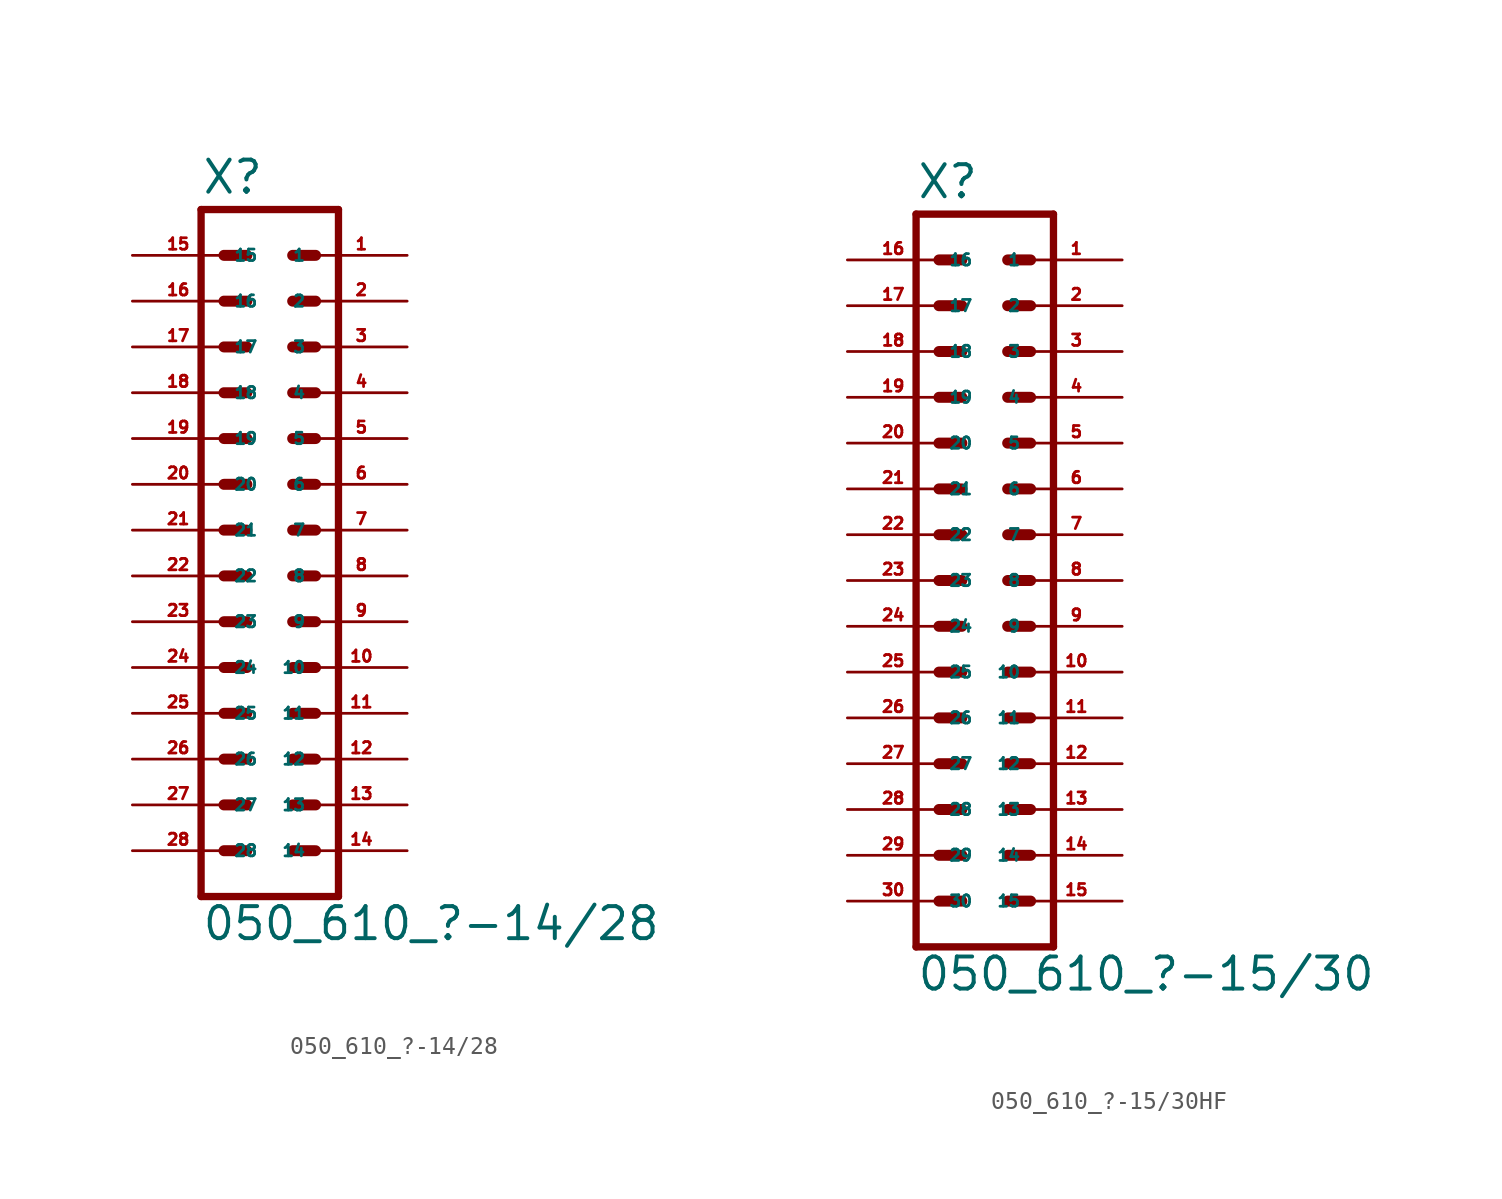
<source format=kicad_sym>
(kicad_symbol_lib
  (version 20220914)
  (generator Eagle2Kicad)
  (symbol "050_610_?-14/28"
    (property "Reference" "X"
      (at -3.81 18.542 0)
      (effects (font (size 1.778 1.778) (thickness 0.22)) (justify left bottom)))
    (property "Value" "050_610_?-14/28"
      (at -3.81 -22.86 0)
      (effects (font (size 1.778 1.778) (thickness 0.22)) (justify left bottom)))
    (polyline
      (pts (xy 3.81 -20.32) (xy -3.81 -20.32))
      (stroke (width 0.406) (type default))
      (fill (type none)))
    (polyline
      (pts (xy -3.81 17.78) (xy -3.81 -20.32))
      (stroke (width 0.406) (type default))
      (fill (type none)))
    (polyline
      (pts (xy 3.81 -20.32) (xy 3.81 17.78))
      (stroke (width 0.406) (type default))
      (fill (type none)))
    (polyline
      (pts (xy -3.81 17.78) (xy 3.81 17.78))
      (stroke (width 0.406) (type default))
      (fill (type none)))
    (polyline
      (pts (xy 1.27 15.24) (xy 2.54 15.24))
      (stroke (width 0.61) (type default))
      (fill (type none)))
    (polyline
      (pts (xy 1.27 12.7) (xy 2.54 12.7))
      (stroke (width 0.61) (type default))
      (fill (type none)))
    (polyline
      (pts (xy 1.27 10.16) (xy 2.54 10.16))
      (stroke (width 0.61) (type default))
      (fill (type none)))
    (polyline
      (pts (xy 1.27 7.62) (xy 2.54 7.62))
      (stroke (width 0.61) (type default))
      (fill (type none)))
    (polyline
      (pts (xy 1.27 5.08) (xy 2.54 5.08))
      (stroke (width 0.61) (type default))
      (fill (type none)))
    (polyline
      (pts (xy 1.27 2.54) (xy 2.54 2.54))
      (stroke (width 0.61) (type default))
      (fill (type none)))
    (polyline
      (pts (xy 1.27 0) (xy 2.54 0))
      (stroke (width 0.61) (type default))
      (fill (type none)))
    (polyline
      (pts (xy 1.27 -2.54) (xy 2.54 -2.54))
      (stroke (width 0.61) (type default))
      (fill (type none)))
    (polyline
      (pts (xy 1.27 -5.08) (xy 2.54 -5.08))
      (stroke (width 0.61) (type default))
      (fill (type none)))
    (polyline
      (pts (xy 1.27 -7.62) (xy 2.54 -7.62))
      (stroke (width 0.61) (type default))
      (fill (type none)))
    (polyline
      (pts (xy 1.27 -10.16) (xy 2.54 -10.16))
      (stroke (width 0.61) (type default))
      (fill (type none)))
    (polyline
      (pts (xy 1.27 -12.7) (xy 2.54 -12.7))
      (stroke (width 0.61) (type default))
      (fill (type none)))
    (polyline
      (pts (xy 1.27 -15.24) (xy 2.54 -15.24))
      (stroke (width 0.61) (type default))
      (fill (type none)))
    (polyline
      (pts (xy 1.27 -17.78) (xy 2.54 -17.78))
      (stroke (width 0.61) (type default))
      (fill (type none)))
    (polyline
      (pts (xy -1.27 15.24) (xy -2.54 15.24))
      (stroke (width 0.61) (type default))
      (fill (type none)))
    (polyline
      (pts (xy -1.27 12.7) (xy -2.54 12.7))
      (stroke (width 0.61) (type default))
      (fill (type none)))
    (polyline
      (pts (xy -1.27 10.16) (xy -2.54 10.16))
      (stroke (width 0.61) (type default))
      (fill (type none)))
    (polyline
      (pts (xy -1.27 7.62) (xy -2.54 7.62))
      (stroke (width 0.61) (type default))
      (fill (type none)))
    (polyline
      (pts (xy -1.27 5.08) (xy -2.54 5.08))
      (stroke (width 0.61) (type default))
      (fill (type none)))
    (polyline
      (pts (xy -1.27 2.54) (xy -2.54 2.54))
      (stroke (width 0.61) (type default))
      (fill (type none)))
    (polyline
      (pts (xy -1.27 0) (xy -2.54 0))
      (stroke (width 0.61) (type default))
      (fill (type none)))
    (polyline
      (pts (xy -1.27 -2.54) (xy -2.54 -2.54))
      (stroke (width 0.61) (type default))
      (fill (type none)))
    (polyline
      (pts (xy -1.27 -5.08) (xy -2.54 -5.08))
      (stroke (width 0.61) (type default))
      (fill (type none)))
    (polyline
      (pts (xy -1.27 -7.62) (xy -2.54 -7.62))
      (stroke (width 0.61) (type default))
      (fill (type none)))
    (polyline
      (pts (xy -1.27 -10.16) (xy -2.54 -10.16))
      (stroke (width 0.61) (type default))
      (fill (type none)))
    (polyline
      (pts (xy -1.27 -12.7) (xy -2.54 -12.7))
      (stroke (width 0.61) (type default))
      (fill (type none)))
    (polyline
      (pts (xy -1.27 -15.24) (xy -2.54 -15.24))
      (stroke (width 0.61) (type default))
      (fill (type none)))
    (polyline
      (pts (xy -1.27 -17.78) (xy -2.54 -17.78))
      (stroke (width 0.61) (type default))
      (fill (type none)))
    (pin passive line
      (at 7.62 15.24 180)
      (length 5.08)
      (name "1" (effects (font (size 0.635 0.635) (thickness 0.08)) (justify left bottom)))
      (number "1" (effects (font (size 0.635 0.635) (thickness 0.08)) (justify left bottom))))
    (pin passive line
      (at 7.62 12.7 180)
      (length 5.08)
      (name "2" (effects (font (size 0.635 0.635) (thickness 0.08)) (justify left bottom)))
      (number "2" (effects (font (size 0.635 0.635) (thickness 0.08)) (justify left bottom))))
    (pin passive line
      (at 7.62 10.16 180)
      (length 5.08)
      (name "3" (effects (font (size 0.635 0.635) (thickness 0.08)) (justify left bottom)))
      (number "3" (effects (font (size 0.635 0.635) (thickness 0.08)) (justify left bottom))))
    (pin passive line
      (at 7.62 7.62 180)
      (length 5.08)
      (name "4" (effects (font (size 0.635 0.635) (thickness 0.08)) (justify left bottom)))
      (number "4" (effects (font (size 0.635 0.635) (thickness 0.08)) (justify left bottom))))
    (pin passive line
      (at 7.62 5.08 180)
      (length 5.08)
      (name "5" (effects (font (size 0.635 0.635) (thickness 0.08)) (justify left bottom)))
      (number "5" (effects (font (size 0.635 0.635) (thickness 0.08)) (justify left bottom))))
    (pin passive line
      (at 7.62 2.54 180)
      (length 5.08)
      (name "6" (effects (font (size 0.635 0.635) (thickness 0.08)) (justify left bottom)))
      (number "6" (effects (font (size 0.635 0.635) (thickness 0.08)) (justify left bottom))))
    (pin passive line
      (at 7.62 0 180)
      (length 5.08)
      (name "7" (effects (font (size 0.635 0.635) (thickness 0.08)) (justify left bottom)))
      (number "7" (effects (font (size 0.635 0.635) (thickness 0.08)) (justify left bottom))))
    (pin passive line
      (at 7.62 -2.54 180)
      (length 5.08)
      (name "8" (effects (font (size 0.635 0.635) (thickness 0.08)) (justify left bottom)))
      (number "8" (effects (font (size 0.635 0.635) (thickness 0.08)) (justify left bottom))))
    (pin passive line
      (at 7.62 -5.08 180)
      (length 5.08)
      (name "9" (effects (font (size 0.635 0.635) (thickness 0.08)) (justify left bottom)))
      (number "9" (effects (font (size 0.635 0.635) (thickness 0.08)) (justify left bottom))))
    (pin passive line
      (at 7.62 -7.62 180)
      (length 5.08)
      (name "10" (effects (font (size 0.635 0.635) (thickness 0.08)) (justify left bottom)))
      (number "10" (effects (font (size 0.635 0.635) (thickness 0.08)) (justify left bottom))))
    (pin passive line
      (at 7.62 -10.16 180)
      (length 5.08)
      (name "11" (effects (font (size 0.635 0.635) (thickness 0.08)) (justify left bottom)))
      (number "11" (effects (font (size 0.635 0.635) (thickness 0.08)) (justify left bottom))))
    (pin passive line
      (at 7.62 -12.7 180)
      (length 5.08)
      (name "12" (effects (font (size 0.635 0.635) (thickness 0.08)) (justify left bottom)))
      (number "12" (effects (font (size 0.635 0.635) (thickness 0.08)) (justify left bottom))))
    (pin passive line
      (at 7.62 -15.24 180)
      (length 5.08)
      (name "13" (effects (font (size 0.635 0.635) (thickness 0.08)) (justify left bottom)))
      (number "13" (effects (font (size 0.635 0.635) (thickness 0.08)) (justify left bottom))))
    (pin passive line
      (at 7.62 -17.78 180)
      (length 5.08)
      (name "14" (effects (font (size 0.635 0.635) (thickness 0.08)) (justify left bottom)))
      (number "14" (effects (font (size 0.635 0.635) (thickness 0.08)) (justify left bottom))))
    (pin passive line
      (at -7.62 15.24 0)
      (length 5.08)
      (name "15" (effects (font (size 0.635 0.635) (thickness 0.08)) (justify left bottom)))
      (number "15" (effects (font (size 0.635 0.635) (thickness 0.08)) (justify left bottom))))
    (pin passive line
      (at -7.62 12.7 0)
      (length 5.08)
      (name "16" (effects (font (size 0.635 0.635) (thickness 0.08)) (justify left bottom)))
      (number "16" (effects (font (size 0.635 0.635) (thickness 0.08)) (justify left bottom))))
    (pin passive line
      (at -7.62 10.16 0)
      (length 5.08)
      (name "17" (effects (font (size 0.635 0.635) (thickness 0.08)) (justify left bottom)))
      (number "17" (effects (font (size 0.635 0.635) (thickness 0.08)) (justify left bottom))))
    (pin passive line
      (at -7.62 7.62 0)
      (length 5.08)
      (name "18" (effects (font (size 0.635 0.635) (thickness 0.08)) (justify left bottom)))
      (number "18" (effects (font (size 0.635 0.635) (thickness 0.08)) (justify left bottom))))
    (pin passive line
      (at -7.62 5.08 0)
      (length 5.08)
      (name "19" (effects (font (size 0.635 0.635) (thickness 0.08)) (justify left bottom)))
      (number "19" (effects (font (size 0.635 0.635) (thickness 0.08)) (justify left bottom))))
    (pin passive line
      (at -7.62 2.54 0)
      (length 5.08)
      (name "20" (effects (font (size 0.635 0.635) (thickness 0.08)) (justify left bottom)))
      (number "20" (effects (font (size 0.635 0.635) (thickness 0.08)) (justify left bottom))))
    (pin passive line
      (at -7.62 0 0)
      (length 5.08)
      (name "21" (effects (font (size 0.635 0.635) (thickness 0.08)) (justify left bottom)))
      (number "21" (effects (font (size 0.635 0.635) (thickness 0.08)) (justify left bottom))))
    (pin passive line
      (at -7.62 -2.54 0)
      (length 5.08)
      (name "22" (effects (font (size 0.635 0.635) (thickness 0.08)) (justify left bottom)))
      (number "22" (effects (font (size 0.635 0.635) (thickness 0.08)) (justify left bottom))))
    (pin passive line
      (at -7.62 -5.08 0)
      (length 5.08)
      (name "23" (effects (font (size 0.635 0.635) (thickness 0.08)) (justify left bottom)))
      (number "23" (effects (font (size 0.635 0.635) (thickness 0.08)) (justify left bottom))))
    (pin passive line
      (at -7.62 -7.62 0)
      (length 5.08)
      (name "24" (effects (font (size 0.635 0.635) (thickness 0.08)) (justify left bottom)))
      (number "24" (effects (font (size 0.635 0.635) (thickness 0.08)) (justify left bottom))))
    (pin passive line
      (at -7.62 -10.16 0)
      (length 5.08)
      (name "25" (effects (font (size 0.635 0.635) (thickness 0.08)) (justify left bottom)))
      (number "25" (effects (font (size 0.635 0.635) (thickness 0.08)) (justify left bottom))))
    (pin passive line
      (at -7.62 -12.7 0)
      (length 5.08)
      (name "26" (effects (font (size 0.635 0.635) (thickness 0.08)) (justify left bottom)))
      (number "26" (effects (font (size 0.635 0.635) (thickness 0.08)) (justify left bottom))))
    (pin passive line
      (at -7.62 -15.24 0)
      (length 5.08)
      (name "27" (effects (font (size 0.635 0.635) (thickness 0.08)) (justify left bottom)))
      (number "27" (effects (font (size 0.635 0.635) (thickness 0.08)) (justify left bottom))))
    (pin passive line
      (at -7.62 -17.78 0)
      (length 5.08)
      (name "28" (effects (font (size 0.635 0.635) (thickness 0.08)) (justify left bottom)))
      (number "28" (effects (font (size 0.635 0.635) (thickness 0.08)) (justify left bottom)))))
  (symbol "050_610_?-15/30HF"
    (property "Reference" "X"
      (at -3.81 21.082 0)
      (effects (font (size 1.778 1.778) (thickness 0.22)) (justify left bottom)))
    (property "Value" "050_610_?-15/30"
      (at -3.81 -22.86 0)
      (effects (font (size 1.778 1.778) (thickness 0.22)) (justify left bottom)))
    (polyline
      (pts (xy 3.81 -20.32) (xy -3.81 -20.32))
      (stroke (width 0.406) (type default))
      (fill (type none)))
    (polyline
      (pts (xy -3.81 20.32) (xy -3.81 -20.32))
      (stroke (width 0.406) (type default))
      (fill (type none)))
    (polyline
      (pts (xy 3.81 -20.32) (xy 3.81 20.32))
      (stroke (width 0.406) (type default))
      (fill (type none)))
    (polyline
      (pts (xy -3.81 20.32) (xy 3.81 20.32))
      (stroke (width 0.406) (type default))
      (fill (type none)))
    (polyline
      (pts (xy 1.27 17.78) (xy 2.54 17.78))
      (stroke (width 0.61) (type default))
      (fill (type none)))
    (polyline
      (pts (xy 1.27 15.24) (xy 2.54 15.24))
      (stroke (width 0.61) (type default))
      (fill (type none)))
    (polyline
      (pts (xy 1.27 12.7) (xy 2.54 12.7))
      (stroke (width 0.61) (type default))
      (fill (type none)))
    (polyline
      (pts (xy 1.27 10.16) (xy 2.54 10.16))
      (stroke (width 0.61) (type default))
      (fill (type none)))
    (polyline
      (pts (xy 1.27 7.62) (xy 2.54 7.62))
      (stroke (width 0.61) (type default))
      (fill (type none)))
    (polyline
      (pts (xy 1.27 5.08) (xy 2.54 5.08))
      (stroke (width 0.61) (type default))
      (fill (type none)))
    (polyline
      (pts (xy 1.27 2.54) (xy 2.54 2.54))
      (stroke (width 0.61) (type default))
      (fill (type none)))
    (polyline
      (pts (xy 1.27 0) (xy 2.54 0))
      (stroke (width 0.61) (type default))
      (fill (type none)))
    (polyline
      (pts (xy 1.27 -2.54) (xy 2.54 -2.54))
      (stroke (width 0.61) (type default))
      (fill (type none)))
    (polyline
      (pts (xy 1.27 -5.08) (xy 2.54 -5.08))
      (stroke (width 0.61) (type default))
      (fill (type none)))
    (polyline
      (pts (xy 1.27 -7.62) (xy 2.54 -7.62))
      (stroke (width 0.61) (type default))
      (fill (type none)))
    (polyline
      (pts (xy 1.27 -10.16) (xy 2.54 -10.16))
      (stroke (width 0.61) (type default))
      (fill (type none)))
    (polyline
      (pts (xy 1.27 -12.7) (xy 2.54 -12.7))
      (stroke (width 0.61) (type default))
      (fill (type none)))
    (polyline
      (pts (xy 1.27 -15.24) (xy 2.54 -15.24))
      (stroke (width 0.61) (type default))
      (fill (type none)))
    (polyline
      (pts (xy 1.27 -17.78) (xy 2.54 -17.78))
      (stroke (width 0.61) (type default))
      (fill (type none)))
    (polyline
      (pts (xy -1.27 17.78) (xy -2.54 17.78))
      (stroke (width 0.61) (type default))
      (fill (type none)))
    (polyline
      (pts (xy -1.27 15.24) (xy -2.54 15.24))
      (stroke (width 0.61) (type default))
      (fill (type none)))
    (polyline
      (pts (xy -1.27 12.7) (xy -2.54 12.7))
      (stroke (width 0.61) (type default))
      (fill (type none)))
    (polyline
      (pts (xy -1.27 10.16) (xy -2.54 10.16))
      (stroke (width 0.61) (type default))
      (fill (type none)))
    (polyline
      (pts (xy -1.27 7.62) (xy -2.54 7.62))
      (stroke (width 0.61) (type default))
      (fill (type none)))
    (polyline
      (pts (xy -1.27 5.08) (xy -2.54 5.08))
      (stroke (width 0.61) (type default))
      (fill (type none)))
    (polyline
      (pts (xy -1.27 2.54) (xy -2.54 2.54))
      (stroke (width 0.61) (type default))
      (fill (type none)))
    (polyline
      (pts (xy -1.27 0) (xy -2.54 0))
      (stroke (width 0.61) (type default))
      (fill (type none)))
    (polyline
      (pts (xy -1.27 -2.54) (xy -2.54 -2.54))
      (stroke (width 0.61) (type default))
      (fill (type none)))
    (polyline
      (pts (xy -1.27 -5.08) (xy -2.54 -5.08))
      (stroke (width 0.61) (type default))
      (fill (type none)))
    (polyline
      (pts (xy -1.27 -7.62) (xy -2.54 -7.62))
      (stroke (width 0.61) (type default))
      (fill (type none)))
    (polyline
      (pts (xy -1.27 -10.16) (xy -2.54 -10.16))
      (stroke (width 0.61) (type default))
      (fill (type none)))
    (polyline
      (pts (xy -1.27 -12.7) (xy -2.54 -12.7))
      (stroke (width 0.61) (type default))
      (fill (type none)))
    (polyline
      (pts (xy -1.27 -15.24) (xy -2.54 -15.24))
      (stroke (width 0.61) (type default))
      (fill (type none)))
    (polyline
      (pts (xy -1.27 -17.78) (xy -2.54 -17.78))
      (stroke (width 0.61) (type default))
      (fill (type none)))
    (pin passive line
      (at 7.62 17.78 180)
      (length 5.08)
      (name "1" (effects (font (size 0.635 0.635) (thickness 0.08)) (justify left bottom)))
      (number "1" (effects (font (size 0.635 0.635) (thickness 0.08)) (justify left bottom))))
    (pin passive line
      (at 7.62 15.24 180)
      (length 5.08)
      (name "2" (effects (font (size 0.635 0.635) (thickness 0.08)) (justify left bottom)))
      (number "2" (effects (font (size 0.635 0.635) (thickness 0.08)) (justify left bottom))))
    (pin passive line
      (at 7.62 12.7 180)
      (length 5.08)
      (name "3" (effects (font (size 0.635 0.635) (thickness 0.08)) (justify left bottom)))
      (number "3" (effects (font (size 0.635 0.635) (thickness 0.08)) (justify left bottom))))
    (pin passive line
      (at 7.62 10.16 180)
      (length 5.08)
      (name "4" (effects (font (size 0.635 0.635) (thickness 0.08)) (justify left bottom)))
      (number "4" (effects (font (size 0.635 0.635) (thickness 0.08)) (justify left bottom))))
    (pin passive line
      (at 7.62 7.62 180)
      (length 5.08)
      (name "5" (effects (font (size 0.635 0.635) (thickness 0.08)) (justify left bottom)))
      (number "5" (effects (font (size 0.635 0.635) (thickness 0.08)) (justify left bottom))))
    (pin passive line
      (at 7.62 5.08 180)
      (length 5.08)
      (name "6" (effects (font (size 0.635 0.635) (thickness 0.08)) (justify left bottom)))
      (number "6" (effects (font (size 0.635 0.635) (thickness 0.08)) (justify left bottom))))
    (pin passive line
      (at 7.62 2.54 180)
      (length 5.08)
      (name "7" (effects (font (size 0.635 0.635) (thickness 0.08)) (justify left bottom)))
      (number "7" (effects (font (size 0.635 0.635) (thickness 0.08)) (justify left bottom))))
    (pin passive line
      (at 7.62 0 180)
      (length 5.08)
      (name "8" (effects (font (size 0.635 0.635) (thickness 0.08)) (justify left bottom)))
      (number "8" (effects (font (size 0.635 0.635) (thickness 0.08)) (justify left bottom))))
    (pin passive line
      (at 7.62 -2.54 180)
      (length 5.08)
      (name "9" (effects (font (size 0.635 0.635) (thickness 0.08)) (justify left bottom)))
      (number "9" (effects (font (size 0.635 0.635) (thickness 0.08)) (justify left bottom))))
    (pin passive line
      (at 7.62 -5.08 180)
      (length 5.08)
      (name "10" (effects (font (size 0.635 0.635) (thickness 0.08)) (justify left bottom)))
      (number "10" (effects (font (size 0.635 0.635) (thickness 0.08)) (justify left bottom))))
    (pin passive line
      (at 7.62 -7.62 180)
      (length 5.08)
      (name "11" (effects (font (size 0.635 0.635) (thickness 0.08)) (justify left bottom)))
      (number "11" (effects (font (size 0.635 0.635) (thickness 0.08)) (justify left bottom))))
    (pin passive line
      (at 7.62 -10.16 180)
      (length 5.08)
      (name "12" (effects (font (size 0.635 0.635) (thickness 0.08)) (justify left bottom)))
      (number "12" (effects (font (size 0.635 0.635) (thickness 0.08)) (justify left bottom))))
    (pin passive line
      (at 7.62 -12.7 180)
      (length 5.08)
      (name "13" (effects (font (size 0.635 0.635) (thickness 0.08)) (justify left bottom)))
      (number "13" (effects (font (size 0.635 0.635) (thickness 0.08)) (justify left bottom))))
    (pin passive line
      (at 7.62 -15.24 180)
      (length 5.08)
      (name "14" (effects (font (size 0.635 0.635) (thickness 0.08)) (justify left bottom)))
      (number "14" (effects (font (size 0.635 0.635) (thickness 0.08)) (justify left bottom))))
    (pin passive line
      (at 7.62 -17.78 180)
      (length 5.08)
      (name "15" (effects (font (size 0.635 0.635) (thickness 0.08)) (justify left bottom)))
      (number "15" (effects (font (size 0.635 0.635) (thickness 0.08)) (justify left bottom))))
    (pin passive line
      (at -7.62 17.78 0)
      (length 5.08)
      (name "16" (effects (font (size 0.635 0.635) (thickness 0.08)) (justify left bottom)))
      (number "16" (effects (font (size 0.635 0.635) (thickness 0.08)) (justify left bottom))))
    (pin passive line
      (at -7.62 15.24 0)
      (length 5.08)
      (name "17" (effects (font (size 0.635 0.635) (thickness 0.08)) (justify left bottom)))
      (number "17" (effects (font (size 0.635 0.635) (thickness 0.08)) (justify left bottom))))
    (pin passive line
      (at -7.62 12.7 0)
      (length 5.08)
      (name "18" (effects (font (size 0.635 0.635) (thickness 0.08)) (justify left bottom)))
      (number "18" (effects (font (size 0.635 0.635) (thickness 0.08)) (justify left bottom))))
    (pin passive line
      (at -7.62 10.16 0)
      (length 5.08)
      (name "19" (effects (font (size 0.635 0.635) (thickness 0.08)) (justify left bottom)))
      (number "19" (effects (font (size 0.635 0.635) (thickness 0.08)) (justify left bottom))))
    (pin passive line
      (at -7.62 7.62 0)
      (length 5.08)
      (name "20" (effects (font (size 0.635 0.635) (thickness 0.08)) (justify left bottom)))
      (number "20" (effects (font (size 0.635 0.635) (thickness 0.08)) (justify left bottom))))
    (pin passive line
      (at -7.62 5.08 0)
      (length 5.08)
      (name "21" (effects (font (size 0.635 0.635) (thickness 0.08)) (justify left bottom)))
      (number "21" (effects (font (size 0.635 0.635) (thickness 0.08)) (justify left bottom))))
    (pin passive line
      (at -7.62 2.54 0)
      (length 5.08)
      (name "22" (effects (font (size 0.635 0.635) (thickness 0.08)) (justify left bottom)))
      (number "22" (effects (font (size 0.635 0.635) (thickness 0.08)) (justify left bottom))))
    (pin passive line
      (at -7.62 0 0)
      (length 5.08)
      (name "23" (effects (font (size 0.635 0.635) (thickness 0.08)) (justify left bottom)))
      (number "23" (effects (font (size 0.635 0.635) (thickness 0.08)) (justify left bottom))))
    (pin passive line
      (at -7.62 -2.54 0)
      (length 5.08)
      (name "24" (effects (font (size 0.635 0.635) (thickness 0.08)) (justify left bottom)))
      (number "24" (effects (font (size 0.635 0.635) (thickness 0.08)) (justify left bottom))))
    (pin passive line
      (at -7.62 -5.08 0)
      (length 5.08)
      (name "25" (effects (font (size 0.635 0.635) (thickness 0.08)) (justify left bottom)))
      (number "25" (effects (font (size 0.635 0.635) (thickness 0.08)) (justify left bottom))))
    (pin passive line
      (at -7.62 -7.62 0)
      (length 5.08)
      (name "26" (effects (font (size 0.635 0.635) (thickness 0.08)) (justify left bottom)))
      (number "26" (effects (font (size 0.635 0.635) (thickness 0.08)) (justify left bottom))))
    (pin passive line
      (at -7.62 -10.16 0)
      (length 5.08)
      (name "27" (effects (font (size 0.635 0.635) (thickness 0.08)) (justify left bottom)))
      (number "27" (effects (font (size 0.635 0.635) (thickness 0.08)) (justify left bottom))))
    (pin passive line
      (at -7.62 -12.7 0)
      (length 5.08)
      (name "28" (effects (font (size 0.635 0.635) (thickness 0.08)) (justify left bottom)))
      (number "28" (effects (font (size 0.635 0.635) (thickness 0.08)) (justify left bottom))))
    (pin passive line
      (at -7.62 -15.24 0)
      (length 5.08)
      (name "29" (effects (font (size 0.635 0.635) (thickness 0.08)) (justify left bottom)))
      (number "29" (effects (font (size 0.635 0.635) (thickness 0.08)) (justify left bottom))))
    (pin passive line
      (at -7.62 -17.78 0)
      (length 5.08)
      (name "30" (effects (font (size 0.635 0.635) (thickness 0.08)) (justify left bottom)))
      (number "30" (effects (font (size 0.635 0.635) (thickness 0.08)) (justify left bottom))))))
</source>
